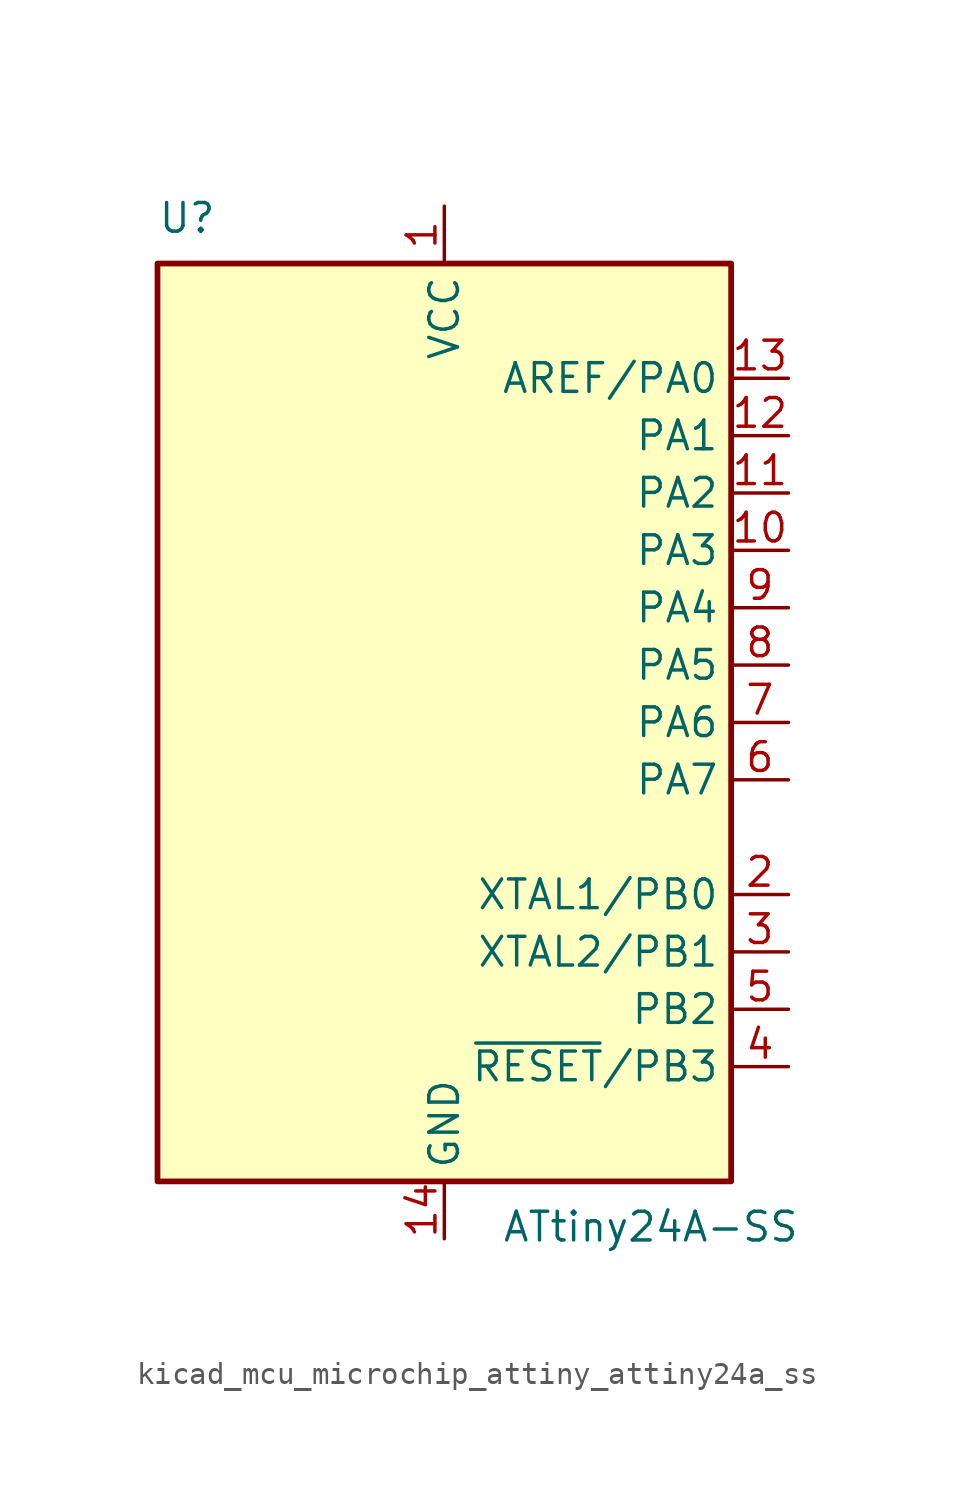
<source format=kicad_sym>
(kicad_symbol_lib
  (version 20220914)
  (generator kicad_symbol_editor)
  (symbol "kicad_mcu_microchip_attiny_attiny24a_ss"
    (property "Reference" "U"
      (at -12.7 21.59 0)
      (effects (font (size 1.27 1.27)) (justify left bottom)))
    (property "Value" "ATtiny24A-SS"
      (at 2.54 -21.59 0)
      (effects (font (size 1.27 1.27)) (justify left top)))
    (symbol "kicad_mcu_microchip_attiny_attiny24a_ss_0_1"
      (rectangle (start -12.7 -20.32) (end 12.7 20.32) (stroke (width 0.254) (type default)) (fill (type background))))
    (symbol "kicad_mcu_microchip_attiny_attiny24a_ss_1_1"
      (pin power_in line (at 0 22.86 270) (length 2.54) (name "VCC" (effects (font (size 1.27 1.27)))) (number "1" (effects (font (size 1.27 1.27)))))
      (pin bidirectional line (at 15.24 7.62 180) (length 2.54) (name "PA3" (effects (font (size 1.27 1.27)))) (number "10" (effects (font (size 1.27 1.27)))))
      (pin bidirectional line (at 15.24 10.16 180) (length 2.54) (name "PA2" (effects (font (size 1.27 1.27)))) (number "11" (effects (font (size 1.27 1.27)))))
      (pin bidirectional line (at 15.24 12.7 180) (length 2.54) (name "PA1" (effects (font (size 1.27 1.27)))) (number "12" (effects (font (size 1.27 1.27)))))
      (pin bidirectional line (at 15.24 15.24 180) (length 2.54) (name "AREF/PA0" (effects (font (size 1.27 1.27)))) (number "13" (effects (font (size 1.27 1.27)))))
      (pin power_in line (at 0 -22.86 90) (length 2.54) (name "GND" (effects (font (size 1.27 1.27)))) (number "14" (effects (font (size 1.27 1.27)))))
      (pin bidirectional line (at 15.24 -7.62 180) (length 2.54) (name "XTAL1/PB0" (effects (font (size 1.27 1.27)))) (number "2" (effects (font (size 1.27 1.27)))))
      (pin bidirectional line (at 15.24 -10.16 180) (length 2.54) (name "XTAL2/PB1" (effects (font (size 1.27 1.27)))) (number "3" (effects (font (size 1.27 1.27)))))
      (pin bidirectional line (at 15.24 -15.24 180) (length 2.54) (name "~{RESET}/PB3" (effects (font (size 1.27 1.27)))) (number "4" (effects (font (size 1.27 1.27)))))
      (pin bidirectional line (at 15.24 -12.7 180) (length 2.54) (name "PB2" (effects (font (size 1.27 1.27)))) (number "5" (effects (font (size 1.27 1.27)))))
      (pin bidirectional line (at 15.24 -2.54 180) (length 2.54) (name "PA7" (effects (font (size 1.27 1.27)))) (number "6" (effects (font (size 1.27 1.27)))))
      (pin bidirectional line (at 15.24 0 180) (length 2.54) (name "PA6" (effects (font (size 1.27 1.27)))) (number "7" (effects (font (size 1.27 1.27)))))
      (pin bidirectional line (at 15.24 2.54 180) (length 2.54) (name "PA5" (effects (font (size 1.27 1.27)))) (number "8" (effects (font (size 1.27 1.27)))))
      (pin bidirectional line (at 15.24 5.08 180) (length 2.54) (name "PA4" (effects (font (size 1.27 1.27)))) (number "9" (effects (font (size 1.27 1.27))))))))
</source>
